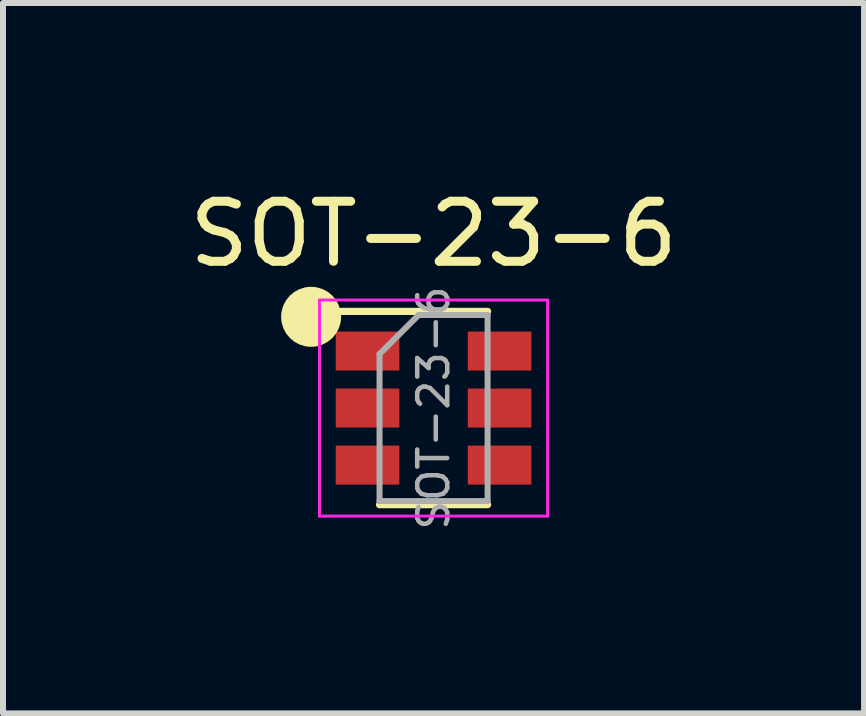
<source format=kicad_pcb>
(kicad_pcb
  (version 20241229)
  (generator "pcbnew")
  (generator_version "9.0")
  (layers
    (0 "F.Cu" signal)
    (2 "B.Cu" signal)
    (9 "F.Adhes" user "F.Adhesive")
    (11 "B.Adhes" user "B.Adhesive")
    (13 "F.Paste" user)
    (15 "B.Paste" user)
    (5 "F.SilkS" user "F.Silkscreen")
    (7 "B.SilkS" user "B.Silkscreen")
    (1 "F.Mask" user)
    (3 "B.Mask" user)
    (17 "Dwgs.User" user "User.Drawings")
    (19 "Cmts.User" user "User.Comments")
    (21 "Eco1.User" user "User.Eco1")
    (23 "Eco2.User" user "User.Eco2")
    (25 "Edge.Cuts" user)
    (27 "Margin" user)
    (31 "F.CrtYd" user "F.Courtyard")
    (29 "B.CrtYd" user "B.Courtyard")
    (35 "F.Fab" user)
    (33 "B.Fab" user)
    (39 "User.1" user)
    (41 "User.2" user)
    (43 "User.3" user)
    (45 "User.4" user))
  (footprint "SOT-23-6"
    (layer "F.Cu")
    (at 4.173 3.748)
    (property "Reference" "SOT-23-6" (at 0 -2.9 0) (layer "F.SilkS") (effects (font (size 1 1) (thickness 0.15))))
    (attr smd)
    (fp_line (start -0.9 1.61) (end 0.9 1.61) (stroke (width 0.12) (type solid)) (layer "F.SilkS"))
    (fp_line (start 0.9 -1.61) (end -1.55 -1.61) (stroke (width 0.12) (type solid)) (layer "F.SilkS"))
    (fp_circle (center -2.04 -1.52) (end -2.04 -1.52) (stroke (width 0.5) (type solid)) (fill no) (layer "F.SilkS"))
    (fp_line (start -1.9 -1.8) (end -1.9 1.8) (stroke (width 0.05) (type solid)) (layer "F.CrtYd"))
    (fp_line (start -1.9 1.8) (end 1.9 1.8) (stroke (width 0.05) (type solid)) (layer "F.CrtYd"))
    (fp_line (start 1.9 -1.8) (end -1.9 -1.8) (stroke (width 0.05) (type solid)) (layer "F.CrtYd"))
    (fp_line (start 1.9 1.8) (end 1.9 -1.8) (stroke (width 0.05) (type solid)) (layer "F.CrtYd"))
    (fp_line (start -0.9 -0.9) (end -0.9 1.55) (stroke (width 0.1) (type solid)) (layer "F.Fab"))
    (fp_line (start -0.9 -0.9) (end -0.25 -1.55) (stroke (width 0.1) (type solid)) (layer "F.Fab"))
    (fp_line (start 0.9 -1.55) (end -0.25 -1.55) (stroke (width 0.1) (type solid)) (layer "F.Fab"))
    (fp_line (start 0.9 -1.55) (end 0.9 1.55) (stroke (width 0.1) (type solid)) (layer "F.Fab"))
    (fp_line (start 0.9 1.55) (end -0.9 1.55) (stroke (width 0.1) (type solid)) (layer "F.Fab"))
    (fp_text user "${REFERENCE}" (at 0 0 90) (layer "F.Fab") (effects (font (size 0.5 0.5) (thickness 0.075))))
    (pad "1" smd rect (at -1.1 -0.95) (size 1.06 0.65) (layers "F.Cu" "F.Mask" "F.Paste"))
    (pad "2" smd rect (at -1.1 0) (size 1.06 0.65) (layers "F.Cu" "F.Mask" "F.Paste"))
    (pad "3" smd rect (at -1.1 0.95) (size 1.06 0.65) (layers "F.Cu" "F.Mask" "F.Paste"))
    (pad "4" smd rect (at 1.1 0.95) (size 1.06 0.65) (layers "F.Cu" "F.Mask" "F.Paste"))
    (pad "5" smd rect (at 1.1 0) (size 1.06 0.65) (layers "F.Cu" "F.Mask" "F.Paste"))
    (pad "6" smd rect (at 1.1 -0.95) (size 1.06 0.65) (layers "F.Cu" "F.Mask" "F.Paste")))
  (gr_rect
    (start -3 -3)
    (end 11.345 8.835)
    (stroke (width 0.1) (type default))
    (fill no)
    (layer "Edge.Cuts")))
</source>
